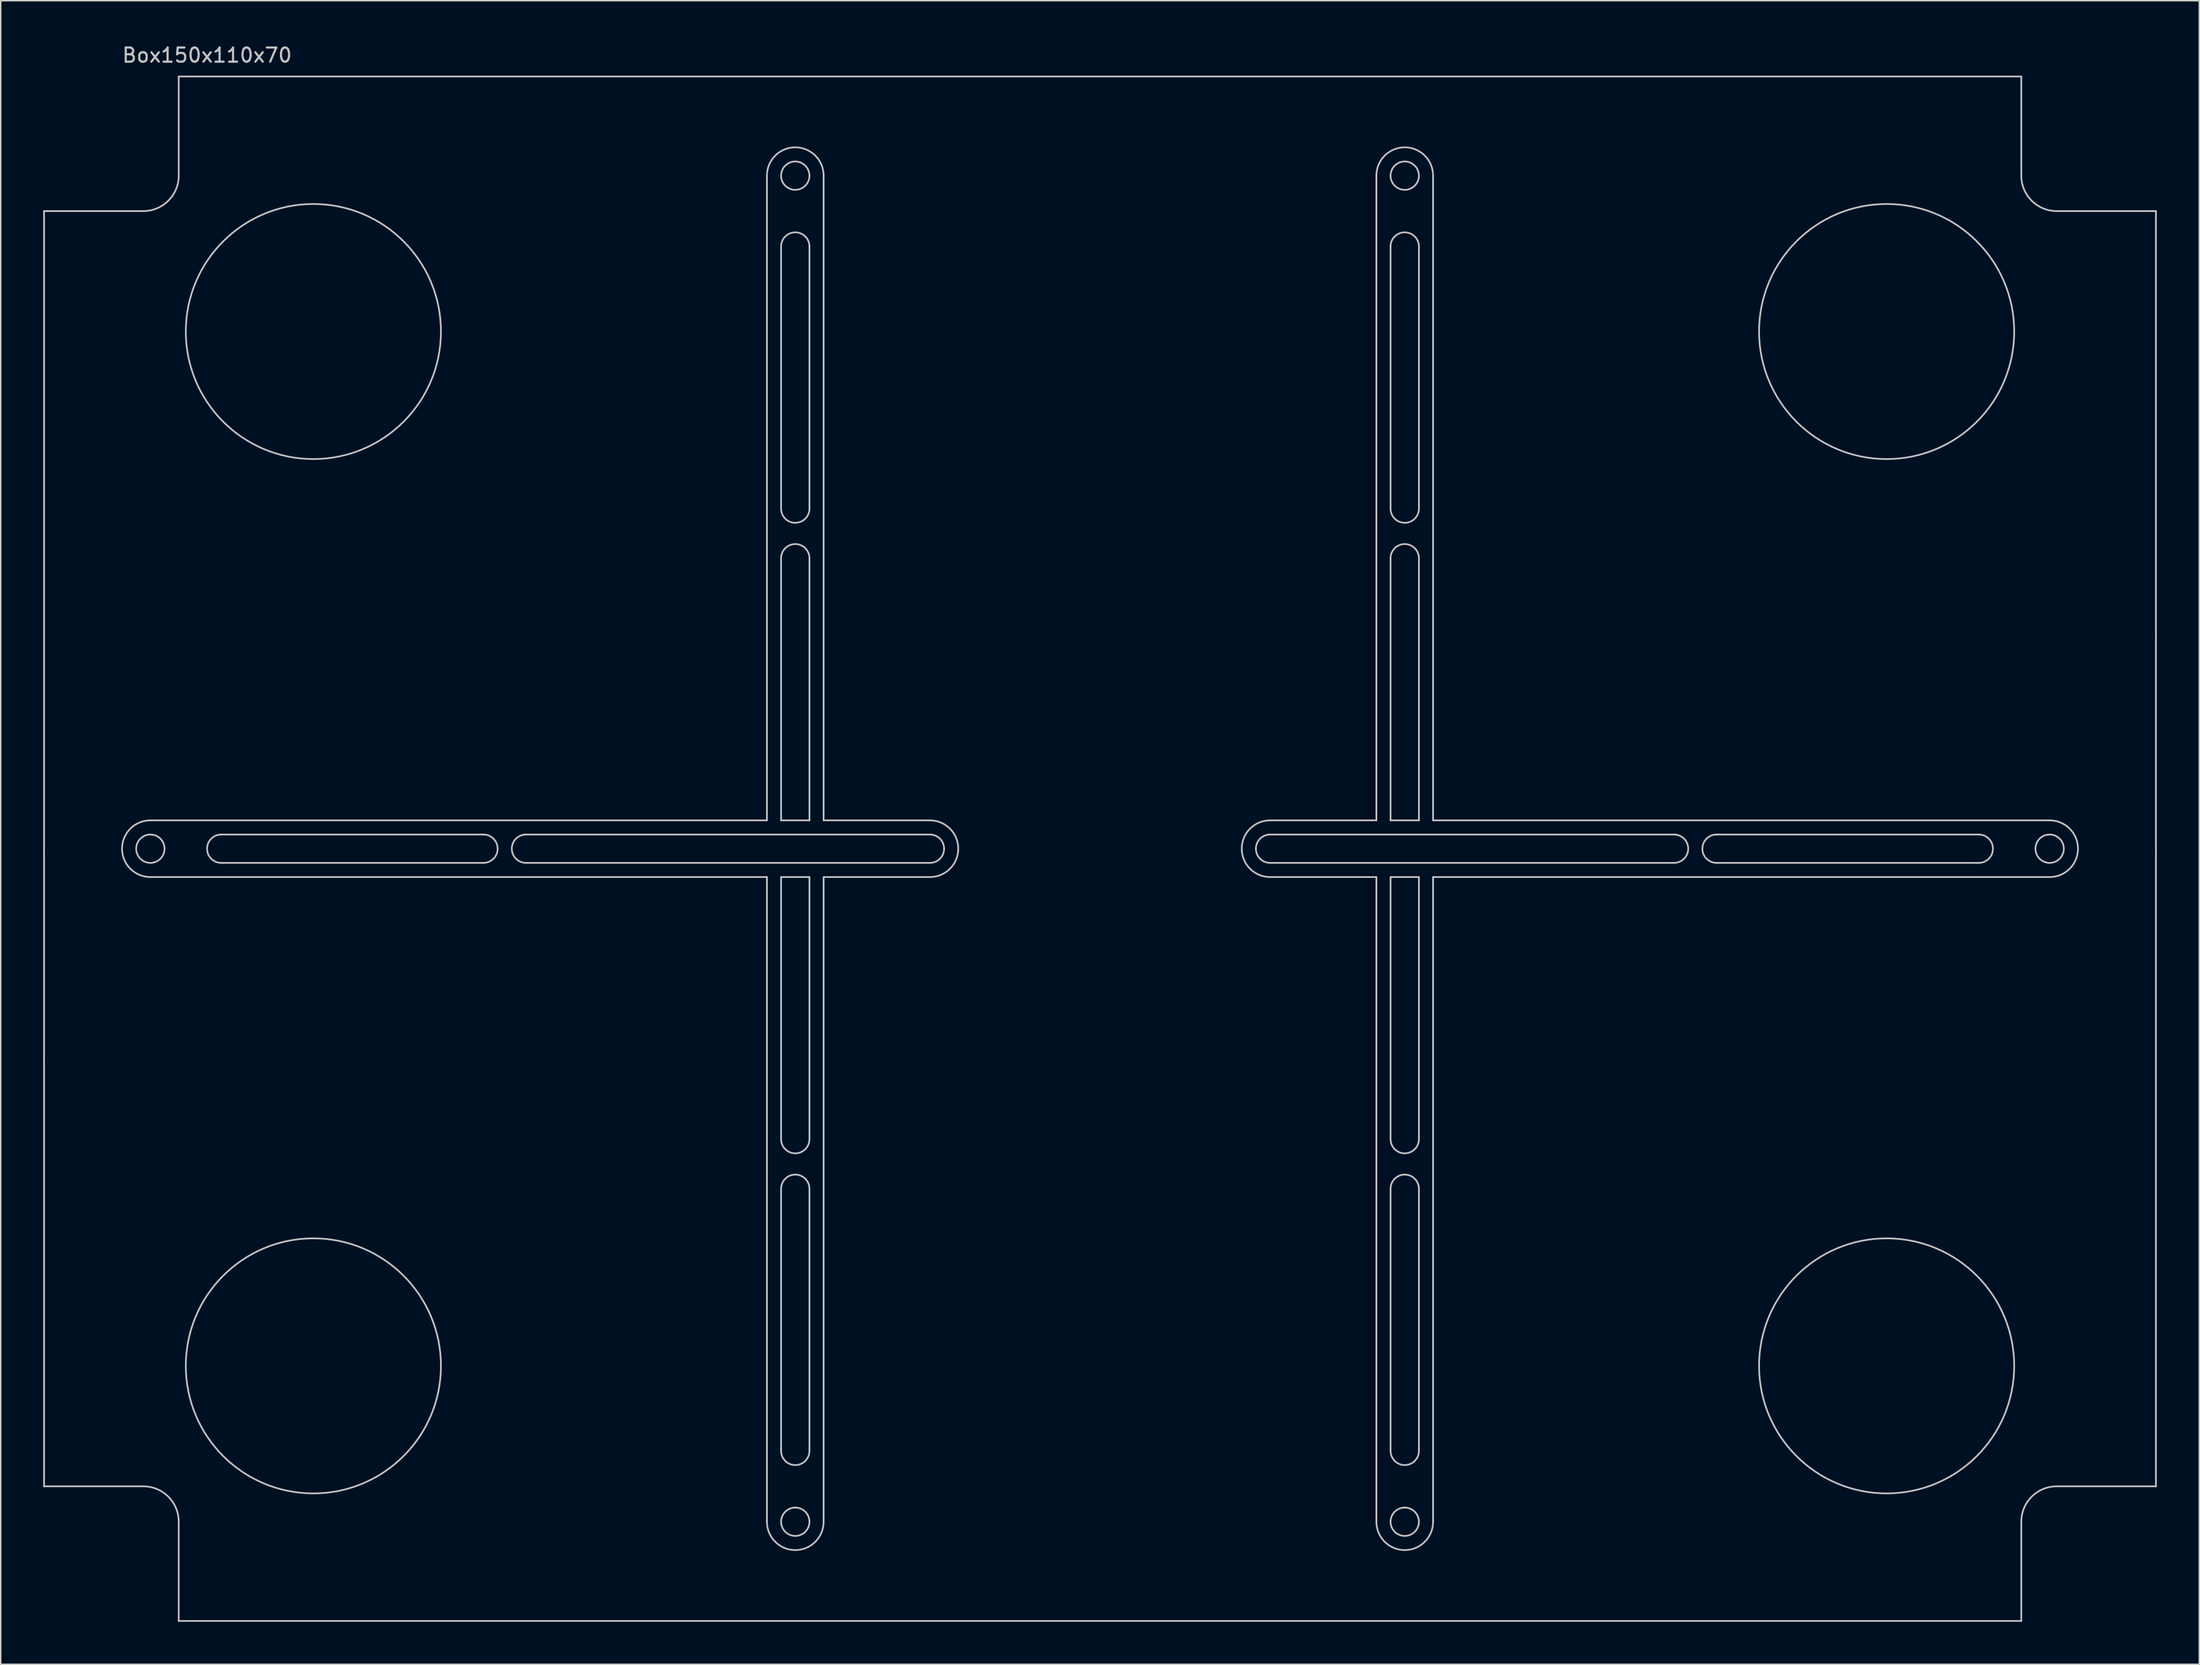
<source format=kicad_pcb>
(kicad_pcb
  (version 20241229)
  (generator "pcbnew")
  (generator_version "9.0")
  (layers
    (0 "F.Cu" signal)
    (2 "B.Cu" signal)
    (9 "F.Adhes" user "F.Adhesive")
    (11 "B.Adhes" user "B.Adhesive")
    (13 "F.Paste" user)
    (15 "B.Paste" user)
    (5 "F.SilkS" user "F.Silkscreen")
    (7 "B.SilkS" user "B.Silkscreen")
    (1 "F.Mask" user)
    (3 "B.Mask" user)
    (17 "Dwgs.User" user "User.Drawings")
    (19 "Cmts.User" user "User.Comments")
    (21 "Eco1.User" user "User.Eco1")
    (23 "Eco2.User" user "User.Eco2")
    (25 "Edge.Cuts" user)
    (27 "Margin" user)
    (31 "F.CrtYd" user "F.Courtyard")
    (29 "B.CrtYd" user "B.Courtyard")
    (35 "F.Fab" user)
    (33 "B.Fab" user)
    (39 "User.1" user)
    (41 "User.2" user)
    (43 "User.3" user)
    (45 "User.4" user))
  (footprint "Box150x110x70"
    (layer "F.Cu")
    (at 74.56 56.848)
    (property "Reference" "Box150x110x70" (at -63 -56 0) (layer "Dwgs.User") (effects (font (size 1 1) (thickness 0.15))))
    (attr through_hole)
    (fp_line (start -74.5 -45) (end -74.5 0) (stroke (width 0.12) (type solid)) (layer "Dwgs.User"))
    (fp_line (start -74.5 -45) (end -67.5 -45) (stroke (width 0.12) (type solid)) (layer "Dwgs.User"))
    (fp_line (start -74.5 15) (end -74.5 0) (stroke (width 0.12) (type solid)) (layer "Dwgs.User"))
    (fp_line (start -74.5 45) (end -74.5 15) (stroke (width 0.12) (type solid)) (layer "Dwgs.User"))
    (fp_line (start -74.5 45) (end -67.5 45) (stroke (width 0.12) (type solid)) (layer "Dwgs.User"))
    (fp_line (start -65 -54.5) (end -65 -47.5) (stroke (width 0.12) (type solid)) (layer "Dwgs.User"))
    (fp_line (start -65 -54.5) (end 0 -54.5) (stroke (width 0.12) (type solid)) (layer "Dwgs.User"))
    (fp_line (start -65 54.5) (end -65 47.5) (stroke (width 0.12) (type solid)) (layer "Dwgs.User"))
    (fp_line (start -65 54.5) (end 0 54.5) (stroke (width 0.12) (type solid)) (layer "Dwgs.User"))
    (fp_line (start -62 -1) (end -43.5 -1) (stroke (width 0.12) (type solid)) (layer "Dwgs.User"))
    (fp_line (start -43.5 1) (end -62 1) (stroke (width 0.12) (type solid)) (layer "Dwgs.User"))
    (fp_line (start -40.5 1) (end -12 1) (stroke (width 0.12) (type solid)) (layer "Dwgs.User"))
    (fp_line (start -23.5 -47.5) (end -23.5 -2) (stroke (width 0.12) (type solid)) (layer "Dwgs.User"))
    (fp_line (start -23.5 -2) (end -67 -2) (stroke (width 0.12) (type solid)) (layer "Dwgs.User"))
    (fp_line (start -23.5 2) (end -67 2) (stroke (width 0.12) (type solid)) (layer "Dwgs.User"))
    (fp_line (start -23.5 47.5) (end -23.5 2) (stroke (width 0.12) (type solid)) (layer "Dwgs.User"))
    (fp_line (start -22.5 -42.5) (end -22.5 -24) (stroke (width 0.12) (type solid)) (layer "Dwgs.User"))
    (fp_line (start -22.5 -20.5) (end -22.5 -2) (stroke (width 0.12) (type solid)) (layer "Dwgs.User"))
    (fp_line (start -22.5 20.5) (end -22.5 2) (stroke (width 0.12) (type solid)) (layer "Dwgs.User"))
    (fp_line (start -22.5 24) (end -22.5 42.5) (stroke (width 0.12) (type solid)) (layer "Dwgs.User"))
    (fp_line (start -20.5 -24) (end -20.5 -42.5) (stroke (width 0.12) (type solid)) (layer "Dwgs.User"))
    (fp_line (start -20.5 -20.5) (end -20.5 -2) (stroke (width 0.12) (type solid)) (layer "Dwgs.User"))
    (fp_line (start -20.5 -2) (end -22.5 -2) (stroke (width 0.12) (type solid)) (layer "Dwgs.User"))
    (fp_line (start -20.5 2) (end -22.5 2) (stroke (width 0.12) (type solid)) (layer "Dwgs.User"))
    (fp_line (start -20.5 20.5) (end -20.5 2) (stroke (width 0.12) (type solid)) (layer "Dwgs.User"))
    (fp_line (start -20.5 42.5) (end -20.5 24) (stroke (width 0.12) (type solid)) (layer "Dwgs.User"))
    (fp_line (start -19.5 -47.5) (end -19.5 -2) (stroke (width 0.12) (type solid)) (layer "Dwgs.User"))
    (fp_line (start -19.5 47.5) (end -19.5 2) (stroke (width 0.12) (type solid)) (layer "Dwgs.User"))
    (fp_line (start -12 -2) (end -19.5 -2) (stroke (width 0.12) (type solid)) (layer "Dwgs.User"))
    (fp_line (start -12 -1) (end -40.5 -1) (stroke (width 0.12) (type solid)) (layer "Dwgs.User"))
    (fp_line (start -12 2) (end -19.5 2) (stroke (width 0.12) (type solid)) (layer "Dwgs.User"))
    (fp_line (start 0 54.5) (end 65 54.5) (stroke (width 0.12) (type solid)) (layer "Dwgs.User"))
    (fp_line (start 12 -2) (end 19.5 -2) (stroke (width 0.12) (type solid)) (layer "Dwgs.User"))
    (fp_line (start 12 1) (end 40.5 1) (stroke (width 0.12) (type solid)) (layer "Dwgs.User"))
    (fp_line (start 12 2) (end 19.5 2) (stroke (width 0.12) (type solid)) (layer "Dwgs.User"))
    (fp_line (start 19.5 -47.5) (end 19.5 -2) (stroke (width 0.12) (type solid)) (layer "Dwgs.User"))
    (fp_line (start 19.5 47.5) (end 19.5 2) (stroke (width 0.12) (type solid)) (layer "Dwgs.User"))
    (fp_line (start 20.5 -42.5) (end 20.5 -24) (stroke (width 0.12) (type solid)) (layer "Dwgs.User"))
    (fp_line (start 20.5 -20.5) (end 20.5 -2) (stroke (width 0.12) (type solid)) (layer "Dwgs.User"))
    (fp_line (start 20.5 -2) (end 22.5 -2) (stroke (width 0.12) (type solid)) (layer "Dwgs.User"))
    (fp_line (start 20.5 2) (end 22.5 2) (stroke (width 0.12) (type solid)) (layer "Dwgs.User"))
    (fp_line (start 20.5 20.5) (end 20.5 2) (stroke (width 0.12) (type solid)) (layer "Dwgs.User"))
    (fp_line (start 20.5 24) (end 20.5 42.5) (stroke (width 0.12) (type solid)) (layer "Dwgs.User"))
    (fp_line (start 22.5 -24) (end 22.5 -42.5) (stroke (width 0.12) (type solid)) (layer "Dwgs.User"))
    (fp_line (start 22.5 -20.5) (end 22.5 -2) (stroke (width 0.12) (type solid)) (layer "Dwgs.User"))
    (fp_line (start 22.5 20.5) (end 22.5 2) (stroke (width 0.12) (type solid)) (layer "Dwgs.User"))
    (fp_line (start 22.5 42.5) (end 22.5 24) (stroke (width 0.12) (type solid)) (layer "Dwgs.User"))
    (fp_line (start 23.5 -47.5) (end 23.5 -2) (stroke (width 0.12) (type solid)) (layer "Dwgs.User"))
    (fp_line (start 23.5 -2) (end 67 -2) (stroke (width 0.12) (type solid)) (layer "Dwgs.User"))
    (fp_line (start 23.5 2) (end 67 2) (stroke (width 0.12) (type solid)) (layer "Dwgs.User"))
    (fp_line (start 23.5 47.5) (end 23.5 2) (stroke (width 0.12) (type solid)) (layer "Dwgs.User"))
    (fp_line (start 40.5 -1) (end 12 -1) (stroke (width 0.12) (type solid)) (layer "Dwgs.User"))
    (fp_line (start 43.5 -1) (end 62 -1) (stroke (width 0.12) (type solid)) (layer "Dwgs.User"))
    (fp_line (start 62 1) (end 43.5 1) (stroke (width 0.12) (type solid)) (layer "Dwgs.User"))
    (fp_line (start 65 -54.5) (end 0 -54.5) (stroke (width 0.12) (type solid)) (layer "Dwgs.User"))
    (fp_line (start 65 -54.5) (end 65 -47.5) (stroke (width 0.12) (type solid)) (layer "Dwgs.User"))
    (fp_line (start 65 54.5) (end 65 47.5) (stroke (width 0.12) (type solid)) (layer "Dwgs.User"))
    (fp_line (start 74.5 -45) (end 67.5 -45) (stroke (width 0.12) (type solid)) (layer "Dwgs.User"))
    (fp_line (start 74.5 -45) (end 74.5 -15) (stroke (width 0.12) (type solid)) (layer "Dwgs.User"))
    (fp_line (start 74.5 -15) (end 74.5 0) (stroke (width 0.12) (type solid)) (layer "Dwgs.User"))
    (fp_line (start 74.5 45) (end 67.5 45) (stroke (width 0.12) (type solid)) (layer "Dwgs.User"))
    (fp_line (start 74.5 45) (end 74.5 0) (stroke (width 0.12) (type solid)) (layer "Dwgs.User"))
    (fp_arc (start -67.5 45) (mid -65.732233 45.732233) (end -65 47.5) (stroke (width 0.12) (type solid)) (layer "Dwgs.User"))
    (fp_arc (start -67 2) (mid -69 0) (end -67 -2) (stroke (width 0.12) (type solid)) (layer "Dwgs.User"))
    (fp_arc (start -65 -47.5) (mid -65.732233 -45.732233) (end -67.5 -45) (stroke (width 0.12) (type solid)) (layer "Dwgs.User"))
    (fp_arc (start -62 1) (mid -63 0) (end -62 -1) (stroke (width 0.12) (type solid)) (layer "Dwgs.User"))
    (fp_arc (start -43.5 -1) (mid -42.5 0) (end -43.5 1) (stroke (width 0.12) (type solid)) (layer "Dwgs.User"))
    (fp_arc (start -40.5 1) (mid -41.5 0) (end -40.5 -1) (stroke (width 0.12) (type solid)) (layer "Dwgs.User"))
    (fp_arc (start -23.5 -47.5) (mid -21.5 -49.5) (end -19.5 -47.5) (stroke (width 0.12) (type solid)) (layer "Dwgs.User"))
    (fp_arc (start -22.5 -42.5) (mid -21.5 -43.5) (end -20.5 -42.5) (stroke (width 0.12) (type solid)) (layer "Dwgs.User"))
    (fp_arc (start -22.5 -20.5) (mid -21.5 -21.5) (end -20.5 -20.5) (stroke (width 0.12) (type solid)) (layer "Dwgs.User"))
    (fp_arc (start -22.5 24) (mid -21.5 23) (end -20.5 24) (stroke (width 0.12) (type solid)) (layer "Dwgs.User"))
    (fp_arc (start -20.5 -24) (mid -21.5 -23) (end -22.5 -24) (stroke (width 0.12) (type solid)) (layer "Dwgs.User"))
    (fp_arc (start -20.5 20.5) (mid -21.5 21.5) (end -22.5 20.5) (stroke (width 0.12) (type solid)) (layer "Dwgs.User"))
    (fp_arc (start -20.5 42.5) (mid -21.5 43.5) (end -22.5 42.5) (stroke (width 0.12) (type solid)) (layer "Dwgs.User"))
    (fp_arc (start -19.5 47.5) (mid -21.5 49.5) (end -23.5 47.5) (stroke (width 0.12) (type solid)) (layer "Dwgs.User"))
    (fp_arc (start -12 -2) (mid -10 0) (end -12 2) (stroke (width 0.12) (type solid)) (layer "Dwgs.User"))
    (fp_arc (start -12 -1) (mid -11 0) (end -12 1) (stroke (width 0.12) (type solid)) (layer "Dwgs.User"))
    (fp_arc (start 12 1) (mid 11 0) (end 12 -1) (stroke (width 0.12) (type solid)) (layer "Dwgs.User"))
    (fp_arc (start 12 2) (mid 10 0) (end 12 -2) (stroke (width 0.12) (type solid)) (layer "Dwgs.User"))
    (fp_arc (start 19.5 -47.5) (mid 21.5 -49.5) (end 23.5 -47.5) (stroke (width 0.12) (type solid)) (layer "Dwgs.User"))
    (fp_arc (start 20.5 -42.5) (mid 21.5 -43.5) (end 22.5 -42.5) (stroke (width 0.12) (type solid)) (layer "Dwgs.User"))
    (fp_arc (start 20.5 -20.5) (mid 21.5 -21.5) (end 22.5 -20.5) (stroke (width 0.12) (type solid)) (layer "Dwgs.User"))
    (fp_arc (start 20.5 24) (mid 21.5 23) (end 22.5 24) (stroke (width 0.12) (type solid)) (layer "Dwgs.User"))
    (fp_arc (start 22.5 -24) (mid 21.5 -23) (end 20.5 -24) (stroke (width 0.12) (type solid)) (layer "Dwgs.User"))
    (fp_arc (start 22.5 20.5) (mid 21.5 21.5) (end 20.5 20.5) (stroke (width 0.12) (type solid)) (layer "Dwgs.User"))
    (fp_arc (start 22.5 42.5) (mid 21.5 43.5) (end 20.5 42.5) (stroke (width 0.12) (type solid)) (layer "Dwgs.User"))
    (fp_arc (start 23.5 47.5) (mid 21.5 49.5) (end 19.5 47.5) (stroke (width 0.12) (type solid)) (layer "Dwgs.User"))
    (fp_arc (start 40.5 -1) (mid 41.5 0) (end 40.5 1) (stroke (width 0.12) (type solid)) (layer "Dwgs.User"))
    (fp_arc (start 43.5 1) (mid 42.5 0) (end 43.5 -1) (stroke (width 0.12) (type solid)) (layer "Dwgs.User"))
    (fp_arc (start 62 -1) (mid 63 0) (end 62 1) (stroke (width 0.12) (type solid)) (layer "Dwgs.User"))
    (fp_arc (start 65 47.5) (mid 65.732233 45.732233) (end 67.5 45) (stroke (width 0.12) (type solid)) (layer "Dwgs.User"))
    (fp_arc (start 67 -2) (mid 69 0) (end 67 2) (stroke (width 0.12) (type solid)) (layer "Dwgs.User"))
    (fp_arc (start 67.5 -45) (mid 65.732233 -45.732233) (end 65 -47.5) (stroke (width 0.12) (type solid)) (layer "Dwgs.User"))
    (fp_circle (center -67 0) (end -67 1) (stroke (width 0.12) (type solid)) (fill no) (layer "Dwgs.User"))
    (fp_circle (center -55.5 -36.5) (end -46.5 -36.5) (stroke (width 0.12) (type solid)) (fill no) (layer "Dwgs.User"))
    (fp_circle (center -55.5 36.5) (end -55.5 45.5) (stroke (width 0.12) (type solid)) (fill no) (layer "Dwgs.User"))
    (fp_circle (center -21.5 -47.5) (end -22.5 -47.5) (stroke (width 0.12) (type solid)) (fill no) (layer "Dwgs.User"))
    (fp_circle (center -21.5 47.5) (end -20.5 47.5) (stroke (width 0.12) (type solid)) (fill no) (layer "Dwgs.User"))
    (fp_circle (center 21.5 -47.5) (end 20.5 -47.5) (stroke (width 0.12) (type solid)) (fill no) (layer "Dwgs.User"))
    (fp_circle (center 21.5 47.5) (end 22.5 47.5) (stroke (width 0.12) (type solid)) (fill no) (layer "Dwgs.User"))
    (fp_circle (center 55.5 -36.5) (end 55.5 -45.5) (stroke (width 0.12) (type solid)) (fill no) (layer "Dwgs.User"))
    (fp_circle (center 55.5 36.5) (end 55.5 27.5) (stroke (width 0.12) (type solid)) (fill no) (layer "Dwgs.User"))
    (fp_circle (center 67 0) (end 67 -1) (stroke (width 0.12) (type solid)) (fill no) (layer "Dwgs.User")))
  (gr_rect
    (start -3 -3)
    (end 152.12 114.408)
    (stroke (width 0.1) (type default))
    (fill no)
    (layer "Edge.Cuts")))
</source>
